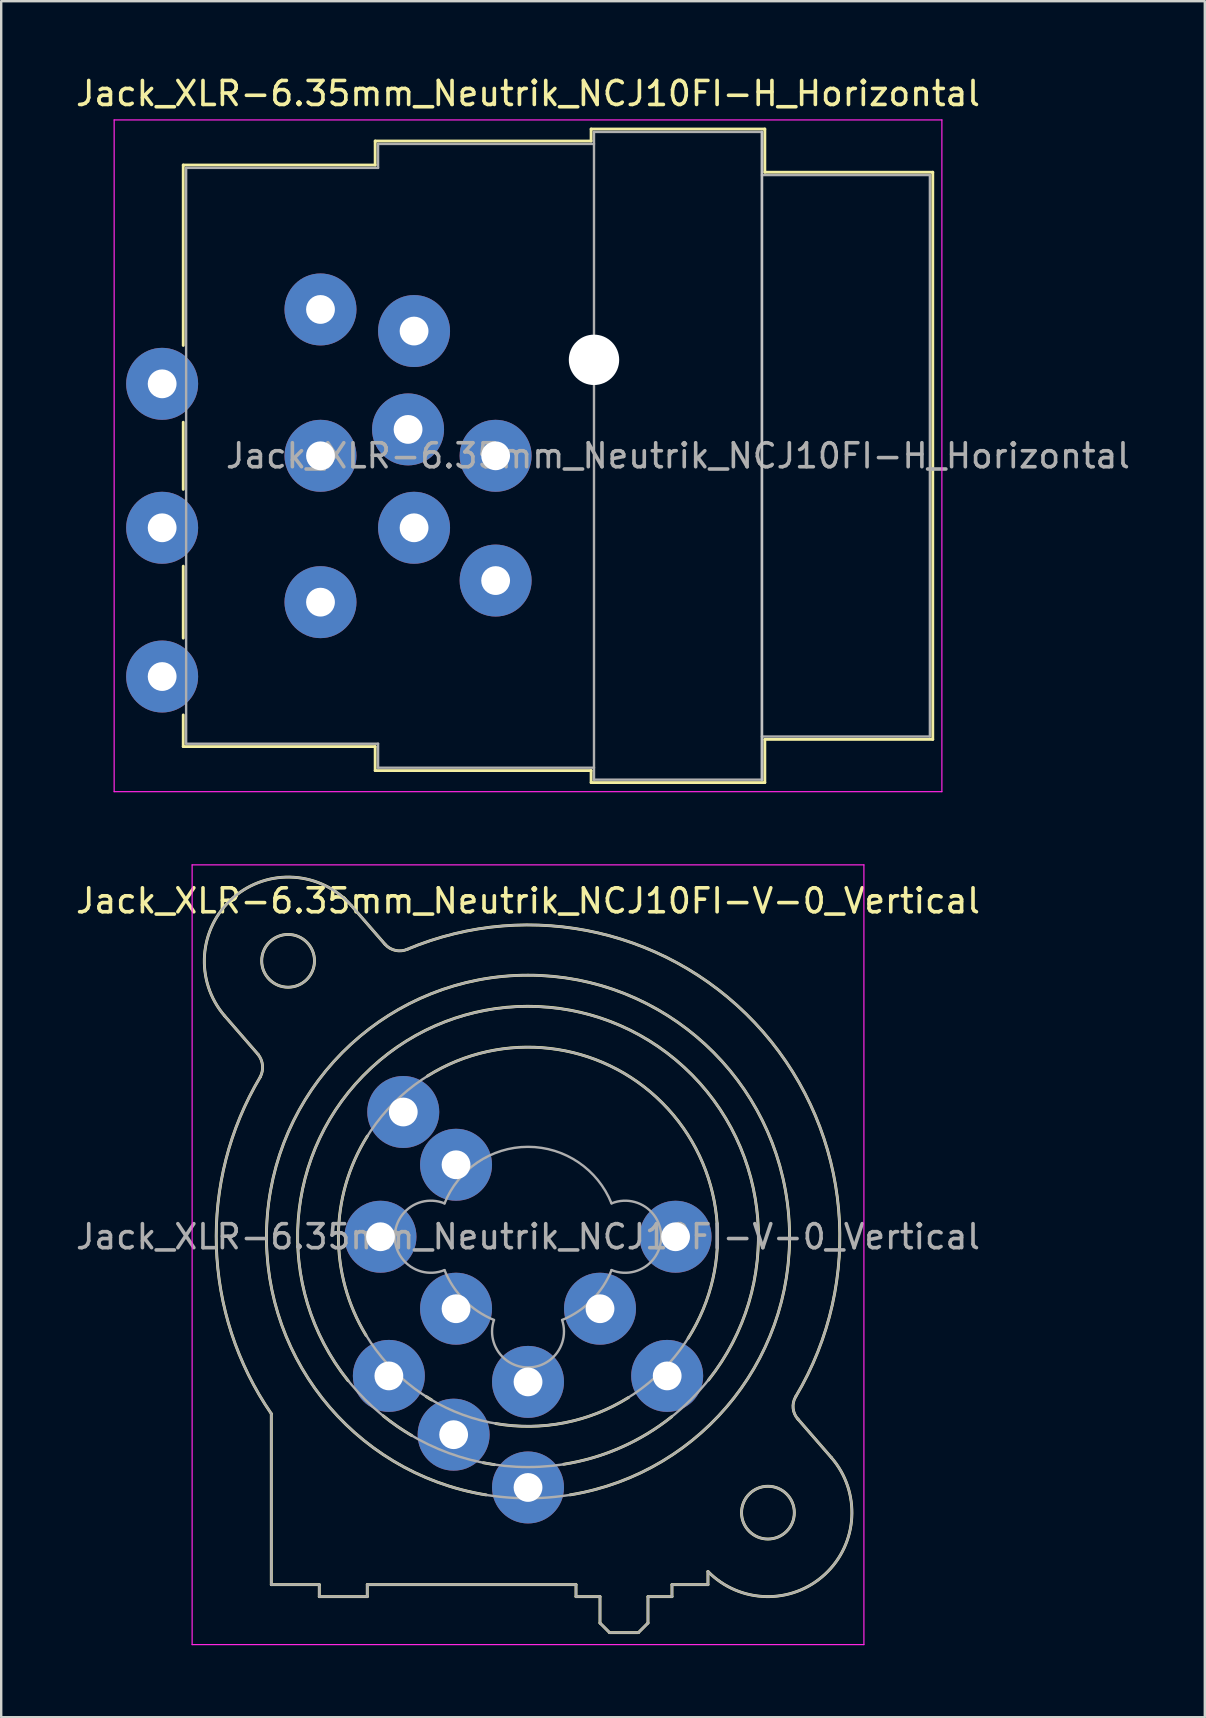
<source format=kicad_pcb>
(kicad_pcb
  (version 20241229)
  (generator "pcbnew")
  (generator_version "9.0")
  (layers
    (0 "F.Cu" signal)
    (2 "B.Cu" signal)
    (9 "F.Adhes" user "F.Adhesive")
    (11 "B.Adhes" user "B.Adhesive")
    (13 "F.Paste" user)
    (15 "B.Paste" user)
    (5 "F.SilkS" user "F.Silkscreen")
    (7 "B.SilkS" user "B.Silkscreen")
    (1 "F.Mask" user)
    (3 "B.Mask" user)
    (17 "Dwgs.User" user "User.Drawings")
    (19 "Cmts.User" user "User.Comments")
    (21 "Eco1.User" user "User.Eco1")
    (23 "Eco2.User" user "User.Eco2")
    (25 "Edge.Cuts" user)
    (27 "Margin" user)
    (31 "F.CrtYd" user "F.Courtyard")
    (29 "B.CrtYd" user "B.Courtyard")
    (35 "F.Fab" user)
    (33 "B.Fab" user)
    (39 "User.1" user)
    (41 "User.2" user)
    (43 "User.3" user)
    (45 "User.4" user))
  (footprint "Jack_XLR-6.35mm_Neutrik_NCJ10FI-V-0_Vertical"
    (layer "F.Cu")
    (at 25.108 48.498)
    (property "Reference" "Jack_XLR-6.35mm_Neutrik_NCJ10FI-V-0_Vertical" (at -6.15 -14 0) (layer "F.SilkS") (effects (font (size 1 1) (thickness 0.15))))
    (attr through_hole)
    (fp_line (start -17.4 -7.6) (end -18.79 -9.2) (stroke (width 0.12) (type solid)) (layer "F.SilkS"))
    (fp_line (start -16.85 14.5) (end -16.85 7.38) (stroke (width 0.12) (type solid)) (layer "F.SilkS"))
    (fp_line (start -14.85 14.5) (end -16.85 14.5) (stroke (width 0.12) (type solid)) (layer "F.SilkS"))
    (fp_line (start -14.85 14.5) (end -14.85 15) (stroke (width 0.12) (type solid)) (layer "F.SilkS"))
    (fp_line (start -13.51 -13.8) (end -12.11 -12.19) (stroke (width 0.12) (type solid)) (layer "F.SilkS"))
    (fp_line (start -12.85 14.5) (end -12.85 15) (stroke (width 0.12) (type solid)) (layer "F.SilkS"))
    (fp_line (start -12.85 15) (end -14.85 15) (stroke (width 0.12) (type solid)) (layer "F.SilkS"))
    (fp_line (start -4.15 14.5) (end -12.85 14.5) (stroke (width 0.12) (type solid)) (layer "F.SilkS"))
    (fp_line (start -4.15 14.5) (end -4.15 15) (stroke (width 0.12) (type solid)) (layer "F.SilkS"))
    (fp_line (start -3.15 15) (end -4.15 15) (stroke (width 0.12) (type solid)) (layer "F.SilkS"))
    (fp_line (start -3.15 15) (end -3.15 16.1) (stroke (width 0.12) (type solid)) (layer "F.SilkS"))
    (fp_line (start -3.15 16.1) (end -2.75 16.5) (stroke (width 0.12) (type solid)) (layer "F.SilkS"))
    (fp_line (start -1.55 16.5) (end -2.75 16.5) (stroke (width 0.12) (type solid)) (layer "F.SilkS"))
    (fp_line (start -1.15 15) (end -1.15 16.1) (stroke (width 0.12) (type solid)) (layer "F.SilkS"))
    (fp_line (start -1.15 16.1) (end -1.55 16.5) (stroke (width 0.12) (type solid)) (layer "F.SilkS"))
    (fp_line (start -0.15 14.5) (end -0.15 15) (stroke (width 0.12) (type solid)) (layer "F.SilkS"))
    (fp_line (start -0.15 15) (end -1.15 15) (stroke (width 0.12) (type solid)) (layer "F.SilkS"))
    (fp_line (start 1.35 13.95) (end 1.35 14.5) (stroke (width 0.12) (type solid)) (layer "F.SilkS"))
    (fp_line (start 1.35 14.5) (end -0.15 14.5) (stroke (width 0.12) (type solid)) (layer "F.SilkS"))
    (fp_line (start 5.1 7.6) (end 6.49 9.2) (stroke (width 0.12) (type solid)) (layer "F.SilkS"))
    (fp_arc (start -18.79 -9.2) (mid -18.45 -14.14) (end -13.51 -13.8) (stroke (width 0.12) (type solid)) (layer "F.SilkS"))
    (fp_arc (start -17.400452 -7.59955) (mid -17.216295 -7.14315) (end -17.31 -6.66) (stroke (width 0.12) (type solid)) (layer "F.SilkS"))
    (fp_arc (start -16.851206 7.374645) (mid -19.139261 0.42462) (end -17.31 -6.66) (stroke (width 0.12) (type solid)) (layer "F.SilkS"))
    (fp_arc (start -13.65 6) (mid -6.168408 -9.604669) (end 1.372943 5.971208) (stroke (width 0.12) (type solid)) (layer "F.SilkS"))
    (fp_arc (start -12.9 4.11) (mid -14.052663 -0.0501) (end -12.847348 -4.195251) (stroke (width 0.12) (type solid)) (layer "F.SilkS"))
    (fp_arc (start -11.201352 -11.974349) (mid 3.655031 -8.530097) (end 5.01 6.66) (stroke (width 0.12) (type solid)) (layer "F.SilkS"))
    (fp_arc (start -11.177539 -11.981856) (mid -11.677484 -11.93489) (end -12.11 -12.19) (stroke (width 0.12) (type solid)) (layer "F.SilkS"))
    (fp_arc (start -10.99 8.29) (mid -11.604845 7.89901) (end -12.188263 7.462512) (stroke (width 0.12) (type solid)) (layer "F.SilkS"))
    (fp_arc (start -10.34 -6.7) (mid -0.544787 -5.570251) (end 0.523653 4.231839) (stroke (width 0.12) (type solid)) (layer "F.SilkS"))
    (fp_arc (start -10.17 6.8) (mid -10.28219 6.732414) (end -10.393245 6.662978) (stroke (width 0.12) (type solid)) (layer "F.SilkS"))
    (fp_arc (start -7.9 10.76) (mid -6.152346 -10.90138) (end -4.395368 10.759246) (stroke (width 0.12) (type solid)) (layer "F.SilkS"))
    (fp_arc (start -7.55 9.5) (mid -7.781688 9.462959) (end -8.012401 9.420269) (stroke (width 0.12) (type solid)) (layer "F.SilkS"))
    (fp_arc (start -1.96 6.7) (mid -4.625828 7.753902) (end -7.492223 7.78746) (stroke (width 0.12) (type solid)) (layer "F.SilkS"))
    (fp_arc (start -0.16 7.5) (mid -2.282236 8.784674) (end -4.662837 9.482534) (stroke (width 0.12) (type solid)) (layer "F.SilkS"))
    (fp_arc (start 5.109394 7.611661) (mid 4.900255 7.152483) (end 5.01 6.66) (stroke (width 0.12) (type solid)) (layer "F.SilkS"))
    (fp_arc (start 6.49 9.2) (mid 6.227307 14.070606) (end 1.351052 13.95252) (stroke (width 0.12) (type solid)) (layer "F.SilkS"))
    (fp_circle (center -16.15 -11.5) (end -15.05 -11.5) (stroke (width 0.12) (type solid)) (fill no) (layer "F.SilkS"))
    (fp_circle (center 3.85 11.5) (end 4.95 11.5) (stroke (width 0.12) (type solid)) (fill no) (layer "F.SilkS"))
    (fp_line (start -20.15 -15.5) (end 7.85 -15.5) (stroke (width 0.05) (type solid)) (layer "F.CrtYd"))
    (fp_line (start -20.15 17) (end -20.15 -15.5) (stroke (width 0.05) (type solid)) (layer "F.CrtYd"))
    (fp_line (start 7.85 -15.5) (end 7.85 17) (stroke (width 0.05) (type solid)) (layer "F.CrtYd"))
    (fp_line (start 7.85 17) (end -20.15 17) (stroke (width 0.05) (type solid)) (layer "F.CrtYd"))
    (fp_line (start -17.4 -7.6) (end -18.79 -9.2) (stroke (width 0.1) (type solid)) (layer "F.Fab"))
    (fp_line (start -16.85 14.5) (end -16.85 7.38) (stroke (width 0.1) (type solid)) (layer "F.Fab"))
    (fp_line (start -14.85 14.5) (end -16.85 14.5) (stroke (width 0.1) (type solid)) (layer "F.Fab"))
    (fp_line (start -14.85 14.5) (end -14.85 15) (stroke (width 0.1) (type solid)) (layer "F.Fab"))
    (fp_line (start -13.51 -13.8) (end -12.11 -12.19) (stroke (width 0.1) (type solid)) (layer "F.Fab"))
    (fp_line (start -12.85 14.5) (end -12.85 15) (stroke (width 0.1) (type solid)) (layer "F.Fab"))
    (fp_line (start -12.85 15) (end -14.85 15) (stroke (width 0.1) (type solid)) (layer "F.Fab"))
    (fp_line (start -4.15 14.5) (end -12.85 14.5) (stroke (width 0.1) (type solid)) (layer "F.Fab"))
    (fp_line (start -4.15 14.5) (end -4.15 15) (stroke (width 0.1) (type solid)) (layer "F.Fab"))
    (fp_line (start -3.15 15) (end -4.15 15) (stroke (width 0.1) (type solid)) (layer "F.Fab"))
    (fp_line (start -3.15 15) (end -3.15 16.1) (stroke (width 0.1) (type solid)) (layer "F.Fab"))
    (fp_line (start -3.15 16.1) (end -2.75 16.5) (stroke (width 0.1) (type solid)) (layer "F.Fab"))
    (fp_line (start -1.55 16.5) (end -2.75 16.5) (stroke (width 0.1) (type solid)) (layer "F.Fab"))
    (fp_line (start -1.15 15) (end -1.15 16.1) (stroke (width 0.1) (type solid)) (layer "F.Fab"))
    (fp_line (start -1.15 16.1) (end -1.55 16.5) (stroke (width 0.1) (type solid)) (layer "F.Fab"))
    (fp_line (start -0.15 14.5) (end -0.15 15) (stroke (width 0.1) (type solid)) (layer "F.Fab"))
    (fp_line (start -0.15 15) (end -1.15 15) (stroke (width 0.1) (type solid)) (layer "F.Fab"))
    (fp_line (start 1.35 13.95) (end 1.35 14.5) (stroke (width 0.1) (type solid)) (layer "F.Fab"))
    (fp_line (start 1.35 14.5) (end -0.15 14.5) (stroke (width 0.1) (type solid)) (layer "F.Fab"))
    (fp_line (start 5.1 7.6) (end 6.49 9.2) (stroke (width 0.1) (type solid)) (layer "F.Fab"))
    (fp_arc (start -18.79 -9.2) (mid -18.45 -14.14) (end -13.51 -13.8) (stroke (width 0.1) (type solid)) (layer "F.Fab"))
    (fp_arc (start -17.400452 -7.59955) (mid -17.216295 -7.14315) (end -17.31 -6.66) (stroke (width 0.1) (type solid)) (layer "F.Fab"))
    (fp_arc (start -16.851206 7.374645) (mid -19.139261 0.42462) (end -17.31 -6.66) (stroke (width 0.1) (type solid)) (layer "F.Fab"))
    (fp_arc (start -11.201352 -11.974349) (mid 3.655031 -8.530097) (end 5.01 6.66) (stroke (width 0.1) (type solid)) (layer "F.Fab"))
    (fp_arc (start -11.177539 -11.981856) (mid -11.677484 -11.93489) (end -12.11 -12.19) (stroke (width 0.1) (type solid)) (layer "F.Fab"))
    (fp_arc (start -9.634717 1.391925) (mid -11.702329 -0.002547) (end -9.63 -1.39) (stroke (width 0.1) (type solid)) (layer "F.Fab"))
    (fp_arc (start -9.631116 -1.387204) (mid -6.151505 -3.747333) (end -2.67 -1.39) (stroke (width 0.1) (type solid)) (layer "F.Fab"))
    (fp_arc (start -7.567529 3.468878) (mid -8.810241 2.639246) (end -9.63 1.39) (stroke (width 0.1) (type solid)) (layer "F.Fab"))
    (fp_arc (start -4.729599 3.471189) (mid -6.150627 5.448932) (end -7.57 3.47) (stroke (width 0.1) (type solid)) (layer "F.Fab"))
    (fp_arc (start -2.667476 1.389002) (mid -3.487046 2.639314) (end -4.73 3.47) (stroke (width 0.1) (type solid)) (layer "F.Fab"))
    (fp_arc (start -2.665283 -1.391925) (mid -0.597671 0.002547) (end -2.67 1.39) (stroke (width 0.1) (type solid)) (layer "F.Fab"))
    (fp_arc (start 5.109394 7.611661) (mid 4.900255 7.152483) (end 5.01 6.66) (stroke (width 0.1) (type solid)) (layer "F.Fab"))
    (fp_arc (start 6.49 9.2) (mid 6.227307 14.070606) (end 1.351052 13.95252) (stroke (width 0.1) (type solid)) (layer "F.Fab"))
    (fp_circle (center -16.15 -11.5) (end -15.05 -11.5) (stroke (width 0.1) (type solid)) (fill no) (layer "F.Fab"))
    (fp_circle (center -6.15 0) (end 1.75 0) (stroke (width 0.1) (type solid)) (fill no) (layer "F.Fab"))
    (fp_circle (center -6.15 0) (end 3.45 0) (stroke (width 0.1) (type solid)) (fill no) (layer "F.Fab"))
    (fp_circle (center -6.15 0) (end 4.75 0) (stroke (width 0.1) (type solid)) (fill no) (layer "F.Fab"))
    (fp_circle (center 3.85 11.5) (end 4.95 11.5) (stroke (width 0.1) (type solid)) (fill no) (layer "F.Fab"))
    (fp_text user "${REFERENCE}" (at -6.15 0 0) (layer "F.Fab") (effects (font (size 1 1) (thickness 0.15))))
    (pad "1" thru_hole circle (at 0 0) (size 3 3) (drill 1.2) (layers "*.Cu" "*.Mask"))
    (pad "2" thru_hole circle (at -12.3 0) (size 3 3) (drill 1.2) (layers "*.Cu" "*.Mask"))
    (pad "3" thru_hole circle (at -6.15 6.05) (size 3 3) (drill 1.2) (layers "*.Cu" "*.Mask"))
    (pad "G" thru_hole circle (at -6.15 10.45) (size 3 3) (drill 1.2) (layers "*.Cu" "*.Mask"))
    (pad "GN" thru_hole circle (at -9.25 8.25) (size 3 3) (drill 1.2) (layers "*.Cu" "*.Mask"))
    (pad "R" thru_hole circle (at -0.35 5.8) (size 3 3) (drill 1.2) (layers "*.Cu" "*.Mask"))
    (pad "RN" thru_hole circle (at -3.15 3) (size 3 3) (drill 1.2) (layers "*.Cu" "*.Mask"))
    (pad "S" thru_hole circle (at -11.95 5.8) (size 3 3) (drill 1.2) (layers "*.Cu" "*.Mask"))
    (pad "SN" thru_hole circle (at -9.15 3) (size 3 3) (drill 1.2) (layers "*.Cu" "*.Mask"))
    (pad "T" thru_hole circle (at -11.35 -5.2) (size 3 3) (drill 1.2) (layers "*.Cu" "*.Mask"))
    (pad "TN" thru_hole circle (at -9.15 -3) (size 3 3) (drill 1.2) (layers "*.Cu" "*.Mask")))
  (footprint "Jack_XLR-6.35mm_Neutrik_NCJ10FI-H_Horizontal"
    (layer "F.Cu")
    (at 10.308 9.848)
    (property "Reference" "Jack_XLR-6.35mm_Neutrik_NCJ10FI-H_Horizontal" (at 8.65 -9 0) (layer "F.SilkS") (effects (font (size 1 1) (thickness 0.15))))
    (attr through_hole)
    (fp_line (start -5.72 -6.02) (end -5.72 1.5) (stroke (width 0.12) (type solid)) (layer "F.SilkS"))
    (fp_line (start -5.72 4.7) (end -5.72 7.5) (stroke (width 0.12) (type solid)) (layer "F.SilkS"))
    (fp_line (start -5.72 10.7) (end -5.72 13.7) (stroke (width 0.12) (type solid)) (layer "F.SilkS"))
    (fp_line (start -5.72 16.9) (end -5.72 18.22) (stroke (width 0.12) (type solid)) (layer "F.SilkS"))
    (fp_line (start 2.28 -7.02) (end 2.28 -6.02) (stroke (width 0.12) (type solid)) (layer "F.SilkS"))
    (fp_line (start 2.28 -6.02) (end -5.72 -6.02) (stroke (width 0.12) (type solid)) (layer "F.SilkS"))
    (fp_line (start 2.28 18.22) (end -5.72 18.22) (stroke (width 0.12) (type solid)) (layer "F.SilkS"))
    (fp_line (start 2.28 19.22) (end 2.28 18.22) (stroke (width 0.12) (type solid)) (layer "F.SilkS"))
    (fp_line (start 11.28 -7.02) (end 2.28 -7.02) (stroke (width 0.12) (type solid)) (layer "F.SilkS"))
    (fp_line (start 11.28 -7.02) (end 11.28 -7.52) (stroke (width 0.12) (type solid)) (layer "F.SilkS"))
    (fp_line (start 11.28 19.22) (end 2.28 19.22) (stroke (width 0.12) (type solid)) (layer "F.SilkS"))
    (fp_line (start 11.28 19.72) (end 11.28 19.22) (stroke (width 0.12) (type solid)) (layer "F.SilkS"))
    (fp_line (start 18.52 -7.52) (end 11.28 -7.52) (stroke (width 0.12) (type solid)) (layer "F.SilkS"))
    (fp_line (start 18.52 -7.52) (end 18.52 -5.72) (stroke (width 0.12) (type solid)) (layer "F.SilkS"))
    (fp_line (start 18.52 -5.72) (end 25.52 -5.72) (stroke (width 0.12) (type solid)) (layer "F.SilkS"))
    (fp_line (start 18.52 17.92) (end 18.52 19.72) (stroke (width 0.12) (type solid)) (layer "F.SilkS"))
    (fp_line (start 18.52 17.92) (end 25.52 17.92) (stroke (width 0.12) (type solid)) (layer "F.SilkS"))
    (fp_line (start 18.52 19.72) (end 11.28 19.72) (stroke (width 0.12) (type solid)) (layer "F.SilkS"))
    (fp_line (start 25.52 -5.72) (end 25.52 17.92) (stroke (width 0.12) (type solid)) (layer "F.SilkS"))
    (fp_line (start 18.4 -7.4) (end 18.4 19.6) (stroke (width 0.1) (type solid)) (layer "Dwgs.User"))
    (fp_line (start -8.6 -7.9) (end -8.6 20.1) (stroke (width 0.05) (type solid)) (layer "F.CrtYd"))
    (fp_line (start 25.9 -7.9) (end -8.6 -7.9) (stroke (width 0.05) (type solid)) (layer "F.CrtYd"))
    (fp_line (start 25.9 -7.9) (end 25.9 20.1) (stroke (width 0.05) (type solid)) (layer "F.CrtYd"))
    (fp_line (start 25.9 20.1) (end -8.6 20.1) (stroke (width 0.05) (type solid)) (layer "F.CrtYd"))
    (fp_line (start -5.6 -5.9) (end -5.6 18.1) (stroke (width 0.1) (type solid)) (layer "F.Fab"))
    (fp_line (start -5.6 18.1) (end 2.4 18.1) (stroke (width 0.1) (type solid)) (layer "F.Fab"))
    (fp_line (start 2.4 -6.9) (end 2.4 -5.9) (stroke (width 0.1) (type solid)) (layer "F.Fab"))
    (fp_line (start 2.4 -5.9) (end -5.6 -5.9) (stroke (width 0.1) (type solid)) (layer "F.Fab"))
    (fp_line (start 2.4 18.1) (end 2.4 19.1) (stroke (width 0.1) (type solid)) (layer "F.Fab"))
    (fp_line (start 2.4 19.1) (end 11.4 19.1) (stroke (width 0.1) (type solid)) (layer "F.Fab"))
    (fp_line (start 11.4 -7.4) (end 18.4 -7.4) (stroke (width 0.1) (type solid)) (layer "F.Fab"))
    (fp_line (start 11.4 -6.9) (end 2.4 -6.9) (stroke (width 0.1) (type solid)) (layer "F.Fab"))
    (fp_line (start 11.4 19.6) (end 11.4 -7.4) (stroke (width 0.1) (type solid)) (layer "F.Fab"))
    (fp_line (start 18.4 -7.4) (end 18.4 19.6) (stroke (width 0.1) (type solid)) (layer "F.Fab"))
    (fp_line (start 18.4 -5.6) (end 25.4 -5.6) (stroke (width 0.1) (type solid)) (layer "F.Fab"))
    (fp_line (start 18.4 19.6) (end 11.4 19.6) (stroke (width 0.1) (type solid)) (layer "F.Fab"))
    (fp_line (start 25.4 -5.6) (end 25.4 17.8) (stroke (width 0.1) (type solid)) (layer "F.Fab"))
    (fp_line (start 25.4 17.8) (end 18.4 17.8) (stroke (width 0.1) (type solid)) (layer "F.Fab"))
    (fp_text user "${REFERENCE}" (at 14.9 6.1 0) (layer "F.Fab") (effects (font (size 1 1) (thickness 0.15))))
    (pad "" np_thru_hole circle (at 11.4 2.1) (size 2.1 2.1) (drill 2.1) (layers "*.Cu" "*.Mask"))
    (pad "1" thru_hole circle (at 0 0) (size 3 3) (drill 1.2) (layers "*.Cu" "*.Mask"))
    (pad "2" thru_hole circle (at 0 12.2) (size 3 3) (drill 1.2) (layers "*.Cu" "*.Mask"))
    (pad "3" thru_hole circle (at 0 6.1) (size 3 3) (drill 1.2) (layers "*.Cu" "*.Mask"))
    (pad "G" thru_hole circle (at 7.3 6.1) (size 3 3) (drill 1.2) (layers "*.Cu" "*.Mask"))
    (pad "GN" thru_hole circle (at 3.65 5) (size 3 3) (drill 1.2) (layers "*.Cu" "*.Mask"))
    (pad "R" thru_hole circle (at 3.9 0.9) (size 3 3) (drill 1.2) (layers "*.Cu" "*.Mask"))
    (pad "RN" thru_hole circle (at -6.6 3.1) (size 3 3) (drill 1.2) (layers "*.Cu" "*.Mask"))
    (pad "S" thru_hole circle (at 7.3 11.3) (size 3 3) (drill 1.2) (layers "*.Cu" "*.Mask"))
    (pad "SN" thru_hole circle (at 3.9 9.1) (size 3 3) (drill 1.2) (layers "*.Cu" "*.Mask"))
    (pad "T" thru_hole circle (at -6.6 15.3) (size 3 3) (drill 1.2) (layers "*.Cu" "*.Mask"))
    (pad "TN" thru_hole circle (at -6.6 9.1) (size 3 3) (drill 1.2) (layers "*.Cu" "*.Mask")))
  (gr_rect
    (start -3 -3)
    (end 47.167 68.523)
    (stroke (width 0.1) (type default))
    (fill no)
    (layer "Edge.Cuts")))
</source>
